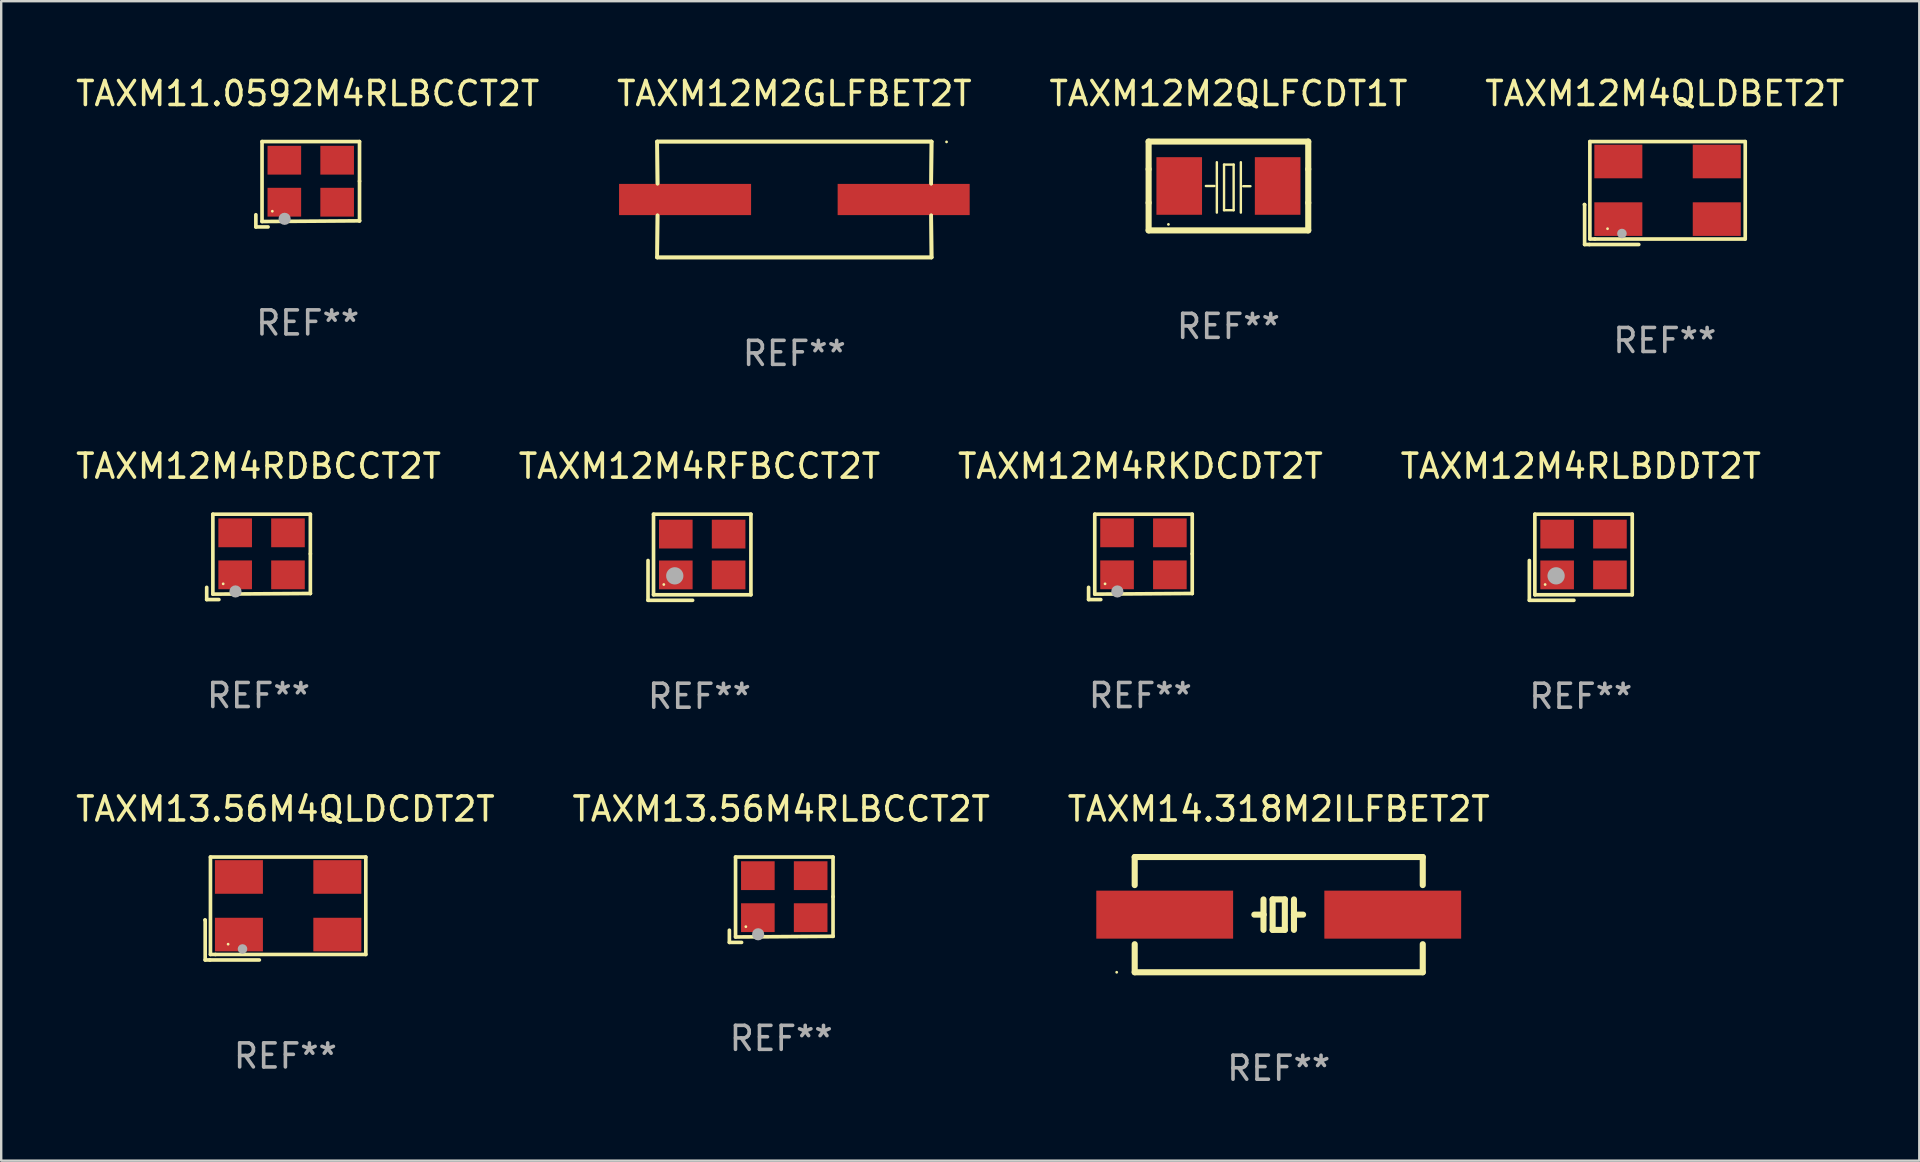
<source format=kicad_pcb>
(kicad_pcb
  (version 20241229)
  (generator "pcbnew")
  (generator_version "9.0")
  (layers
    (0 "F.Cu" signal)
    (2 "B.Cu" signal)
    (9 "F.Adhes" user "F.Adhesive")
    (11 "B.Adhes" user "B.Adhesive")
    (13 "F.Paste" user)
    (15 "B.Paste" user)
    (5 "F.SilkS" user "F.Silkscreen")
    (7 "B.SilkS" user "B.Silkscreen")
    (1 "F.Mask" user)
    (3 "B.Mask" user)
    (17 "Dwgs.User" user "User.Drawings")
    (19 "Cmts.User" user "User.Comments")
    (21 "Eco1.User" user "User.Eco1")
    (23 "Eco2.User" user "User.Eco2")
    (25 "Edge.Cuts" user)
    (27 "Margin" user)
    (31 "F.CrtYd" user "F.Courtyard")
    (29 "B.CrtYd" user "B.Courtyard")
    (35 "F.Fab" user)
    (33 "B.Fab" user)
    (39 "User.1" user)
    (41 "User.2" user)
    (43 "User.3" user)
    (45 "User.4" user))
  (footprint "TAXM12M4RKDCDT2T"
    (layer "F.Cu")
    (at 44.458 20.149)
    (property "Reference" "TAXM12M4RKDCDT2T" (at 0 -3.778 0) (layer "F.SilkS") (effects (font (size 1 1) (thickness 0.15))))
    (attr through_hole)
    (fp_line (start -2.159 1.27) (end -2.159 1.778) (stroke (width 0.152) (type solid)) (layer "F.SilkS"))
    (fp_line (start -2.159 1.778) (end -1.651 1.778) (stroke (width 0.152) (type solid)) (layer "F.SilkS"))
    (fp_line (start -1.902 -1.778) (end 2.159 -1.778) (stroke (width 0.152) (type solid)) (layer "F.SilkS"))
    (fp_line (start -1.902 1.552) (end -1.902 -1.778) (stroke (width 0.152) (type solid)) (layer "F.SilkS"))
    (fp_line (start 2.159 -1.778) (end 2.159 -0.127) (stroke (width 0.152) (type solid)) (layer "F.SilkS"))
    (fp_line (start 2.159 -0.127) (end 2.159 1.524) (stroke (width 0.152) (type solid)) (layer "F.SilkS"))
    (fp_line (start 2.159 1.524) (end -1.902 1.552) (stroke (width 0.152) (type solid)) (layer "F.SilkS"))
    (fp_line (start 2.159 1.524) (end 2.159 1.524) (stroke (width 0.152) (type solid)) (layer "F.SilkS"))
    (fp_circle (center -1.473 1.123) (end -1.443 1.123) (stroke (width 0.06) (type solid)) (fill no) (layer "F.SilkS"))
    (fp_circle (center -0.961 1.44) (end -0.834 1.44) (stroke (width 0.254) (type solid)) (fill no) (layer "F.Fab"))
    (fp_text user "REF**" (at 0 5.778 0) (layer "F.Fab") (effects (font (size 1 1) (thickness 0.15))))
    (pad "1" smd rect (at -0.973 0.748) (size 1.4 1.2) (layers "F.Cu" "F.Mask" "F.Paste"))
    (pad "2" smd rect (at 1.227 0.748) (size 1.4 1.2) (layers "F.Cu" "F.Mask" "F.Paste"))
    (pad "3" smd rect (at 1.227 -1.002) (size 1.4 1.2) (layers "F.Cu" "F.Mask" "F.Paste"))
    (pad "4" smd rect (at -0.973 -1.002) (size 1.4 1.2) (layers "F.Cu" "F.Mask" "F.Paste")))
  (footprint "TAXM12M4RDBCCT2T"
    (layer "F.Cu")
    (at 7.72 20.149)
    (property "Reference" "TAXM12M4RDBCCT2T" (at 0 -3.778 0) (layer "F.SilkS") (effects (font (size 1 1) (thickness 0.15))))
    (attr through_hole)
    (fp_line (start -2.159 1.27) (end -2.159 1.778) (stroke (width 0.152) (type solid)) (layer "F.SilkS"))
    (fp_line (start -2.159 1.778) (end -1.651 1.778) (stroke (width 0.152) (type solid)) (layer "F.SilkS"))
    (fp_line (start -1.902 -1.778) (end 2.159 -1.778) (stroke (width 0.152) (type solid)) (layer "F.SilkS"))
    (fp_line (start -1.902 1.552) (end -1.902 -1.778) (stroke (width 0.152) (type solid)) (layer "F.SilkS"))
    (fp_line (start 2.159 -1.778) (end 2.159 -0.127) (stroke (width 0.152) (type solid)) (layer "F.SilkS"))
    (fp_line (start 2.159 -0.127) (end 2.159 1.524) (stroke (width 0.152) (type solid)) (layer "F.SilkS"))
    (fp_line (start 2.159 1.524) (end -1.902 1.552) (stroke (width 0.152) (type solid)) (layer "F.SilkS"))
    (fp_line (start 2.159 1.524) (end 2.159 1.524) (stroke (width 0.152) (type solid)) (layer "F.SilkS"))
    (fp_circle (center -1.473 1.123) (end -1.443 1.123) (stroke (width 0.06) (type solid)) (fill no) (layer "F.SilkS"))
    (fp_circle (center -0.961 1.44) (end -0.834 1.44) (stroke (width 0.254) (type solid)) (fill no) (layer "F.Fab"))
    (fp_text user "REF**" (at 0 5.778 0) (layer "F.Fab") (effects (font (size 1 1) (thickness 0.15))))
    (pad "1" smd rect (at -0.973 0.748) (size 1.4 1.2) (layers "F.Cu" "F.Mask" "F.Paste"))
    (pad "2" smd rect (at 1.227 0.748) (size 1.4 1.2) (layers "F.Cu" "F.Mask" "F.Paste"))
    (pad "3" smd rect (at 1.227 -1.002) (size 1.4 1.2) (layers "F.Cu" "F.Mask" "F.Paste"))
    (pad "4" smd rect (at -0.973 -1.002) (size 1.4 1.2) (layers "F.Cu" "F.Mask" "F.Paste")))
  (footprint "TAXM13.56M4QLDCDT2T"
    (layer "F.Cu")
    (at 8.839 34.797)
    (property "Reference" "TAXM13.56M4QLDCDT2T" (at 0 -4.144 0) (layer "F.SilkS") (effects (font (size 1 1) (thickness 0.15))))
    (attr through_hole)
    (fp_line (start -3.35 0.476) (end -3.341 0.485) (stroke (width 0.152) (type solid)) (layer "F.SilkS"))
    (fp_line (start -3.341 0.485) (end -3.341 2.144) (stroke (width 0.152) (type solid)) (layer "F.SilkS"))
    (fp_line (start -3.341 2.144) (end -3.143 2.144) (stroke (width 0.152) (type solid)) (layer "F.SilkS"))
    (fp_line (start -3.143 2.144) (end -1.085 2.144) (stroke (width 0.152) (type solid)) (layer "F.SilkS"))
    (fp_line (start -3.122 -2.144) (end 3.35 -2.144) (stroke (width 0.152) (type solid)) (layer "F.SilkS"))
    (fp_line (start -3.122 1.915) (end -3.122 -2.144) (stroke (width 0.152) (type solid)) (layer "F.SilkS"))
    (fp_line (start -2.914 1.915) (end -3.122 1.915) (stroke (width 0.152) (type solid)) (layer "F.SilkS"))
    (fp_line (start 3.35 -2.144) (end 3.35 1.915) (stroke (width 0.152) (type solid)) (layer "F.SilkS"))
    (fp_line (start 3.35 1.915) (end -2.914 1.915) (stroke (width 0.152) (type solid)) (layer "F.SilkS"))
    (fp_circle (center -2.386 1.486) (end -2.356 1.486) (stroke (width 0.06) (type solid)) (fill no) (layer "F.SilkS"))
    (fp_circle (center -1.786 1.686) (end -1.686 1.686) (stroke (width 0.2) (type solid)) (fill no) (layer "F.Fab"))
    (fp_text user "REF**" (at 0 6.144 0) (layer "F.Fab") (effects (font (size 1 1) (thickness 0.15))))
    (pad "1" smd rect (at -1.936 1.086) (size 2 1.4) (layers "F.Cu" "F.Mask" "F.Paste"))
    (pad "2" smd rect (at 2.164 1.086) (size 2 1.4) (layers "F.Cu" "F.Mask" "F.Paste"))
    (pad "3" smd rect (at 2.164 -1.314) (size 2 1.4) (layers "F.Cu" "F.Mask" "F.Paste"))
    (pad "4" smd rect (at -1.936 -1.314) (size 2 1.4) (layers "F.Cu" "F.Mask" "F.Paste")))
  (footprint "TAXM11.0592M4RLBCCT2T"
    (layer "F.Cu")
    (at 9.768 4.626)
    (property "Reference" "TAXM11.0592M4RLBCCT2T" (at 0 -3.778 0) (layer "F.SilkS") (effects (font (size 1 1) (thickness 0.15))))
    (attr through_hole)
    (fp_line (start -2.159 1.27) (end -2.159 1.778) (stroke (width 0.152) (type solid)) (layer "F.SilkS"))
    (fp_line (start -2.159 1.778) (end -1.651 1.778) (stroke (width 0.152) (type solid)) (layer "F.SilkS"))
    (fp_line (start -1.902 -1.778) (end 2.159 -1.778) (stroke (width 0.152) (type solid)) (layer "F.SilkS"))
    (fp_line (start -1.902 1.552) (end -1.902 -1.778) (stroke (width 0.152) (type solid)) (layer "F.SilkS"))
    (fp_line (start 2.159 -1.778) (end 2.159 -0.127) (stroke (width 0.152) (type solid)) (layer "F.SilkS"))
    (fp_line (start 2.159 -0.127) (end 2.159 1.524) (stroke (width 0.152) (type solid)) (layer "F.SilkS"))
    (fp_line (start 2.159 1.524) (end -1.902 1.552) (stroke (width 0.152) (type solid)) (layer "F.SilkS"))
    (fp_line (start 2.159 1.524) (end 2.159 1.524) (stroke (width 0.152) (type solid)) (layer "F.SilkS"))
    (fp_circle (center -1.473 1.123) (end -1.443 1.123) (stroke (width 0.06) (type solid)) (fill no) (layer "F.SilkS"))
    (fp_circle (center -0.961 1.44) (end -0.834 1.44) (stroke (width 0.254) (type solid)) (fill no) (layer "F.Fab"))
    (fp_text user "REF**" (at 0 5.778 0) (layer "F.Fab") (effects (font (size 1 1) (thickness 0.15))))
    (pad "1" smd rect (at -0.973 0.748) (size 1.4 1.2) (layers "F.Cu" "F.Mask" "F.Paste"))
    (pad "2" smd rect (at 1.227 0.748) (size 1.4 1.2) (layers "F.Cu" "F.Mask" "F.Paste"))
    (pad "3" smd rect (at 1.227 -1.002) (size 1.4 1.2) (layers "F.Cu" "F.Mask" "F.Paste"))
    (pad "4" smd rect (at -0.973 -1.002) (size 1.4 1.2) (layers "F.Cu" "F.Mask" "F.Paste")))
  (footprint "TAXM12M2QLFCDT1T"
    (layer "F.Cu")
    (at 48.125 4.698)
    (property "Reference" "TAXM12M2QLFCDT1T" (at 0 -3.85 0) (layer "F.SilkS") (effects (font (size 1 1) (thickness 0.15))))
    (attr through_hole)
    (fp_line (start -3.325 0.7) (end -3.325 -0.7) (stroke (width 0.254) (type solid)) (layer "F.SilkS"))
    (fp_line (start -3.325 -1.85) (end 3.325 -1.85) (stroke (width 0.254) (type solid)) (layer "F.SilkS"))
    (fp_line (start -3.325 -0.7) (end -3.325 -1.85) (stroke (width 0.254) (type solid)) (layer "F.SilkS"))
    (fp_line (start -3.325 1.85) (end -3.325 0.7) (stroke (width 0.254) (type solid)) (layer "F.SilkS"))
    (fp_line (start -0.94 -0.000127) (end -0.584 -0.000127) (stroke (width 0.1) (type solid)) (layer "F.SilkS"))
    (fp_line (start -0.483 -0.991) (end -0.483 1.109) (stroke (width 0.1) (type solid)) (layer "F.SilkS"))
    (fp_line (start -0.183 -0.891) (end -0.183 1.009) (stroke (width 0.1) (type solid)) (layer "F.SilkS"))
    (fp_line (start -0.183 1.009) (end 0.217 1.009) (stroke (width 0.1) (type solid)) (layer "F.SilkS"))
    (fp_line (start 0.217 -0.891) (end -0.183 -0.891) (stroke (width 0.1) (type solid)) (layer "F.SilkS"))
    (fp_line (start 0.217 1.009) (end 0.217 -0.891) (stroke (width 0.1) (type solid)) (layer "F.SilkS"))
    (fp_line (start 0.517 -0.991) (end 0.517 1.109) (stroke (width 0.1) (type solid)) (layer "F.SilkS"))
    (fp_line (start 0.617 0.009) (end 0.917 0.009) (stroke (width 0.1) (type solid)) (layer "F.SilkS"))
    (fp_line (start 3.325 -1.85) (end 3.325 -0.7) (stroke (width 0.254) (type solid)) (layer "F.SilkS"))
    (fp_line (start 3.325 0.7) (end 3.325 1.85) (stroke (width 0.254) (type solid)) (layer "F.SilkS"))
    (fp_line (start 3.325 1.85) (end -3.325 1.85) (stroke (width 0.254) (type solid)) (layer "F.SilkS"))
    (fp_line (start 3.325 -0.7) (end 3.325 0.7) (stroke (width 0.254) (type solid)) (layer "F.SilkS"))
    (fp_circle (center -2.5 1.6) (end -2.47 1.6) (stroke (width 0.06) (type solid)) (fill no) (layer "F.SilkS"))
    (fp_text user "REF**" (at 0 5.85 0) (layer "F.Fab") (effects (font (size 1 1) (thickness 0.15))))
    (pad "1" smd rect (at -2.05 -0.000127) (size 1.9 2.4) (layers "F.Cu" "F.Mask" "F.Paste"))
    (pad "2" smd rect (at 2.05 -0.000127) (size 1.9 2.4) (layers "F.Cu" "F.Mask" "F.Paste")))
  (footprint "TAXM12M4QLDBET2T"
    (layer "F.Cu")
    (at 66.304 4.992)
    (property "Reference" "TAXM12M4QLDBET2T" (at 0 -4.144 0) (layer "F.SilkS") (effects (font (size 1 1) (thickness 0.15))))
    (attr through_hole)
    (fp_line (start -3.35 0.476) (end -3.341 0.485) (stroke (width 0.152) (type solid)) (layer "F.SilkS"))
    (fp_line (start -3.341 0.485) (end -3.341 2.144) (stroke (width 0.152) (type solid)) (layer "F.SilkS"))
    (fp_line (start -3.341 2.144) (end -3.143 2.144) (stroke (width 0.152) (type solid)) (layer "F.SilkS"))
    (fp_line (start -3.143 2.144) (end -1.085 2.144) (stroke (width 0.152) (type solid)) (layer "F.SilkS"))
    (fp_line (start -3.122 -2.144) (end 3.35 -2.144) (stroke (width 0.152) (type solid)) (layer "F.SilkS"))
    (fp_line (start -3.122 1.915) (end -3.122 -2.144) (stroke (width 0.152) (type solid)) (layer "F.SilkS"))
    (fp_line (start -2.914 1.915) (end -3.122 1.915) (stroke (width 0.152) (type solid)) (layer "F.SilkS"))
    (fp_line (start 3.35 -2.144) (end 3.35 1.915) (stroke (width 0.152) (type solid)) (layer "F.SilkS"))
    (fp_line (start 3.35 1.915) (end -2.914 1.915) (stroke (width 0.152) (type solid)) (layer "F.SilkS"))
    (fp_circle (center -2.386 1.486) (end -2.356 1.486) (stroke (width 0.06) (type solid)) (fill no) (layer "F.SilkS"))
    (fp_circle (center -1.786 1.686) (end -1.686 1.686) (stroke (width 0.2) (type solid)) (fill no) (layer "F.Fab"))
    (fp_text user "REF**" (at 0 6.144 0) (layer "F.Fab") (effects (font (size 1 1) (thickness 0.15))))
    (pad "1" smd rect (at -1.936 1.086) (size 2 1.4) (layers "F.Cu" "F.Mask" "F.Paste"))
    (pad "2" smd rect (at 2.164 1.086) (size 2 1.4) (layers "F.Cu" "F.Mask" "F.Paste"))
    (pad "3" smd rect (at 2.164 -1.314) (size 2 1.4) (layers "F.Cu" "F.Mask" "F.Paste"))
    (pad "4" smd rect (at -1.936 -1.314) (size 2 1.4) (layers "F.Cu" "F.Mask" "F.Paste")))
  (footprint "TAXM12M4RLBDDT2T"
    (layer "F.Cu")
    (at 62.804 20.164)
    (property "Reference" "TAXM12M4RLBDDT2T" (at 0 -3.793 0) (layer "F.SilkS") (effects (font (size 1 1) (thickness 0.15))))
    (attr through_hole)
    (fp_line (start -2.143 0.136) (end -2.143 1.793) (stroke (width 0.152) (type solid)) (layer "F.SilkS"))
    (fp_line (start -2.143 1.793) (end -0.286 1.793) (stroke (width 0.152) (type solid)) (layer "F.SilkS"))
    (fp_line (start -1.914 -1.793) (end 2.143 -1.793) (stroke (width 0.152) (type solid)) (layer "F.SilkS"))
    (fp_line (start -1.914 1.564) (end -1.914 -1.793) (stroke (width 0.152) (type solid)) (layer "F.SilkS"))
    (fp_line (start 2.143 -1.793) (end 2.143 1.564) (stroke (width 0.152) (type solid)) (layer "F.SilkS"))
    (fp_line (start 2.143 1.564) (end -1.914 1.564) (stroke (width 0.152) (type solid)) (layer "F.SilkS"))
    (fp_circle (center -1.486 1.136) (end -1.456 1.136) (stroke (width 0.06) (type solid)) (fill no) (layer "F.SilkS"))
    (fp_circle (center -1.029 0.775) (end -0.849 0.775) (stroke (width 0.36) (type solid)) (fill no) (layer "F.Fab"))
    (fp_text user "REF**" (at 0 5.793 0) (layer "F.Fab") (effects (font (size 1 1) (thickness 0.15))))
    (pad "1" smd rect (at -0.986 0.736) (size 1.4 1.2) (layers "F.Cu" "F.Mask" "F.Paste"))
    (pad "2" smd rect (at 1.214 0.736) (size 1.4 1.2) (layers "F.Cu" "F.Mask" "F.Paste"))
    (pad "3" smd rect (at 1.214 -0.964) (size 1.4 1.2) (layers "F.Cu" "F.Mask" "F.Paste"))
    (pad "4" smd rect (at -0.986 -0.964) (size 1.4 1.2) (layers "F.Cu" "F.Mask" "F.Paste")))
  (footprint "TAXM12M2GLFBET2T"
    (layer "F.Cu")
    (at 30.042 5.261)
    (property "Reference" "TAXM12M2GLFBET2T" (at 0 -4.413 0) (layer "F.SilkS") (effects (font (size 1 1) (thickness 0.15))))
    (attr through_hole)
    (fp_line (start -5.715 -2.413) (end -5.7 -0.662) (stroke (width 0.152) (type solid)) (layer "F.SilkS"))
    (fp_line (start -5.715 -2.413) (end -5.7 -0.662) (stroke (width 0.152) (type solid)) (layer "F.SilkS"))
    (fp_line (start -5.715 2.413) (end 5.715 2.413) (stroke (width 0.152) (type solid)) (layer "F.SilkS"))
    (fp_line (start -5.715 2.413) (end 5.715 2.413) (stroke (width 0.152) (type solid)) (layer "F.SilkS"))
    (fp_line (start -5.7 0.662) (end -5.715 2.413) (stroke (width 0.152) (type solid)) (layer "F.SilkS"))
    (fp_line (start -5.7 0.662) (end -5.715 2.413) (stroke (width 0.152) (type solid)) (layer "F.SilkS"))
    (fp_line (start 5.7 -0.662) (end 5.715 -2.413) (stroke (width 0.152) (type solid)) (layer "F.SilkS"))
    (fp_line (start 5.7 -0.662) (end 5.715 -2.413) (stroke (width 0.152) (type solid)) (layer "F.SilkS"))
    (fp_line (start 5.715 -2.413) (end -5.715 -2.413) (stroke (width 0.152) (type solid)) (layer "F.SilkS"))
    (fp_line (start 5.715 -2.413) (end -5.715 -2.413) (stroke (width 0.152) (type solid)) (layer "F.SilkS"))
    (fp_line (start 5.715 2.413) (end 5.7 0.662) (stroke (width 0.152) (type solid)) (layer "F.SilkS"))
    (fp_line (start 5.715 2.413) (end 5.7 0.662) (stroke (width 0.152) (type solid)) (layer "F.SilkS"))
    (fp_circle (center 6.34 -2.4) (end 6.37 -2.4) (stroke (width 0.06) (type solid)) (fill no) (layer "F.SilkS"))
    (fp_text user "REF**" (at 0 6.413 0) (layer "F.Fab") (effects (font (size 1 1) (thickness 0.15))))
    (pad "1" smd rect (at 4.553 0) (size 5.5 1.3) (layers "F.Cu" "F.Mask" "F.Paste"))
    (pad "2" smd rect (at -4.553 0) (size 5.5 1.3) (layers "F.Cu" "F.Mask" "F.Paste")))
  (footprint "TAXM13.56M4RLBCCT2T"
    (layer "F.Cu")
    (at 29.494 34.431)
    (property "Reference" "TAXM13.56M4RLBCCT2T" (at 0 -3.778 0) (layer "F.SilkS") (effects (font (size 1 1) (thickness 0.15))))
    (attr through_hole)
    (fp_line (start -2.159 1.27) (end -2.159 1.778) (stroke (width 0.152) (type solid)) (layer "F.SilkS"))
    (fp_line (start -2.159 1.778) (end -1.651 1.778) (stroke (width 0.152) (type solid)) (layer "F.SilkS"))
    (fp_line (start -1.902 -1.778) (end 2.159 -1.778) (stroke (width 0.152) (type solid)) (layer "F.SilkS"))
    (fp_line (start -1.902 1.552) (end -1.902 -1.778) (stroke (width 0.152) (type solid)) (layer "F.SilkS"))
    (fp_line (start 2.159 -1.778) (end 2.159 -0.127) (stroke (width 0.152) (type solid)) (layer "F.SilkS"))
    (fp_line (start 2.159 -0.127) (end 2.159 1.524) (stroke (width 0.152) (type solid)) (layer "F.SilkS"))
    (fp_line (start 2.159 1.524) (end -1.902 1.552) (stroke (width 0.152) (type solid)) (layer "F.SilkS"))
    (fp_line (start 2.159 1.524) (end 2.159 1.524) (stroke (width 0.152) (type solid)) (layer "F.SilkS"))
    (fp_circle (center -1.473 1.123) (end -1.443 1.123) (stroke (width 0.06) (type solid)) (fill no) (layer "F.SilkS"))
    (fp_circle (center -0.961 1.44) (end -0.834 1.44) (stroke (width 0.254) (type solid)) (fill no) (layer "F.Fab"))
    (fp_text user "REF**" (at 0 5.778 0) (layer "F.Fab") (effects (font (size 1 1) (thickness 0.15))))
    (pad "1" smd rect (at -0.973 0.748) (size 1.4 1.2) (layers "F.Cu" "F.Mask" "F.Paste"))
    (pad "2" smd rect (at 1.227 0.748) (size 1.4 1.2) (layers "F.Cu" "F.Mask" "F.Paste"))
    (pad "3" smd rect (at 1.227 -1.002) (size 1.4 1.2) (layers "F.Cu" "F.Mask" "F.Paste"))
    (pad "4" smd rect (at -0.973 -1.002) (size 1.4 1.2) (layers "F.Cu" "F.Mask" "F.Paste")))
  (footprint "TAXM12M4RFBCCT2T"
    (layer "F.Cu")
    (at 26.089 20.164)
    (property "Reference" "TAXM12M4RFBCCT2T" (at 0 -3.793 0) (layer "F.SilkS") (effects (font (size 1 1) (thickness 0.15))))
    (attr through_hole)
    (fp_line (start -2.143 0.136) (end -2.143 1.793) (stroke (width 0.152) (type solid)) (layer "F.SilkS"))
    (fp_line (start -2.143 1.793) (end -0.286 1.793) (stroke (width 0.152) (type solid)) (layer "F.SilkS"))
    (fp_line (start -1.914 -1.793) (end 2.143 -1.793) (stroke (width 0.152) (type solid)) (layer "F.SilkS"))
    (fp_line (start -1.914 1.564) (end -1.914 -1.793) (stroke (width 0.152) (type solid)) (layer "F.SilkS"))
    (fp_line (start 2.143 -1.793) (end 2.143 1.564) (stroke (width 0.152) (type solid)) (layer "F.SilkS"))
    (fp_line (start 2.143 1.564) (end -1.914 1.564) (stroke (width 0.152) (type solid)) (layer "F.SilkS"))
    (fp_circle (center -1.486 1.136) (end -1.456 1.136) (stroke (width 0.06) (type solid)) (fill no) (layer "F.SilkS"))
    (fp_circle (center -1.029 0.775) (end -0.849 0.775) (stroke (width 0.36) (type solid)) (fill no) (layer "F.Fab"))
    (fp_text user "REF**" (at 0 5.793 0) (layer "F.Fab") (effects (font (size 1 1) (thickness 0.15))))
    (pad "1" smd rect (at -0.986 0.736) (size 1.4 1.2) (layers "F.Cu" "F.Mask" "F.Paste"))
    (pad "2" smd rect (at 1.214 0.736) (size 1.4 1.2) (layers "F.Cu" "F.Mask" "F.Paste"))
    (pad "3" smd rect (at 1.214 -0.964) (size 1.4 1.2) (layers "F.Cu" "F.Mask" "F.Paste"))
    (pad "4" smd rect (at -0.986 -0.964) (size 1.4 1.2) (layers "F.Cu" "F.Mask" "F.Paste")))
  (footprint "TAXM14.318M2ILFBET2T"
    (layer "F.Cu")
    (at 50.22 35.053)
    (property "Reference" "TAXM14.318M2ILFBET2T" (at 0 -4.4 0) (layer "F.SilkS") (effects (font (size 1 1) (thickness 0.15))))
    (attr through_hole)
    (fp_line (start -6 -2.4) (end -6 -1.231) (stroke (width 0.254) (type solid)) (layer "F.SilkS"))
    (fp_line (start -6 -2.4) (end 6 -2.4) (stroke (width 0.254) (type solid)) (layer "F.SilkS"))
    (fp_line (start -6 1.231) (end -6 2.4) (stroke (width 0.254) (type solid)) (layer "F.SilkS"))
    (fp_line (start -6 2.4) (end 6 2.4) (stroke (width 0.254) (type solid)) (layer "F.SilkS"))
    (fp_line (start -0.635 -0.635) (end -0.635 0) (stroke (width 0.254) (type solid)) (layer "F.SilkS"))
    (fp_line (start -0.635 0) (end -1.016 0) (stroke (width 0.254) (type solid)) (layer "F.SilkS"))
    (fp_line (start -0.635 0) (end -0.635 0.635) (stroke (width 0.254) (type solid)) (layer "F.SilkS"))
    (fp_line (start -0.254 -0.635) (end -0.254 0.635) (stroke (width 0.254) (type solid)) (layer "F.SilkS"))
    (fp_line (start -0.254 0.635) (end 0.254 0.635) (stroke (width 0.254) (type solid)) (layer "F.SilkS"))
    (fp_line (start 0.254 -0.635) (end -0.254 -0.635) (stroke (width 0.254) (type solid)) (layer "F.SilkS"))
    (fp_line (start 0.254 0.635) (end 0.254 -0.635) (stroke (width 0.254) (type solid)) (layer "F.SilkS"))
    (fp_line (start 0.635 -0.635) (end 0.635 0) (stroke (width 0.254) (type solid)) (layer "F.SilkS"))
    (fp_line (start 0.635 0) (end 0.635 0.635) (stroke (width 0.254) (type solid)) (layer "F.SilkS"))
    (fp_line (start 0.635 0) (end 1.016 0) (stroke (width 0.254) (type solid)) (layer "F.SilkS"))
    (fp_line (start 6 -2.4) (end 6 -1.231) (stroke (width 0.254) (type solid)) (layer "F.SilkS"))
    (fp_line (start 6 1.231) (end 6 2.4) (stroke (width 0.254) (type solid)) (layer "F.SilkS"))
    (fp_circle (center -6.75 2.4) (end -6.72 2.4) (stroke (width 0.06) (type solid)) (fill no) (layer "F.SilkS"))
    (fp_text user "REF**" (at 0 6.4 0) (layer "F.Fab") (effects (font (size 1 1) (thickness 0.15))))
    (pad "1" smd rect (at -4.75 0) (size 5.7 2) (layers "F.Cu" "F.Mask" "F.Paste"))
    (pad "2" smd rect (at 4.75 0) (size 5.7 2) (layers "F.Cu" "F.Mask" "F.Paste")))
  (gr_rect
    (start -3 -3)
    (end 76.905 45.301)
    (stroke (width 0.1) (type default))
    (fill no)
    (layer "Edge.Cuts")))
</source>
